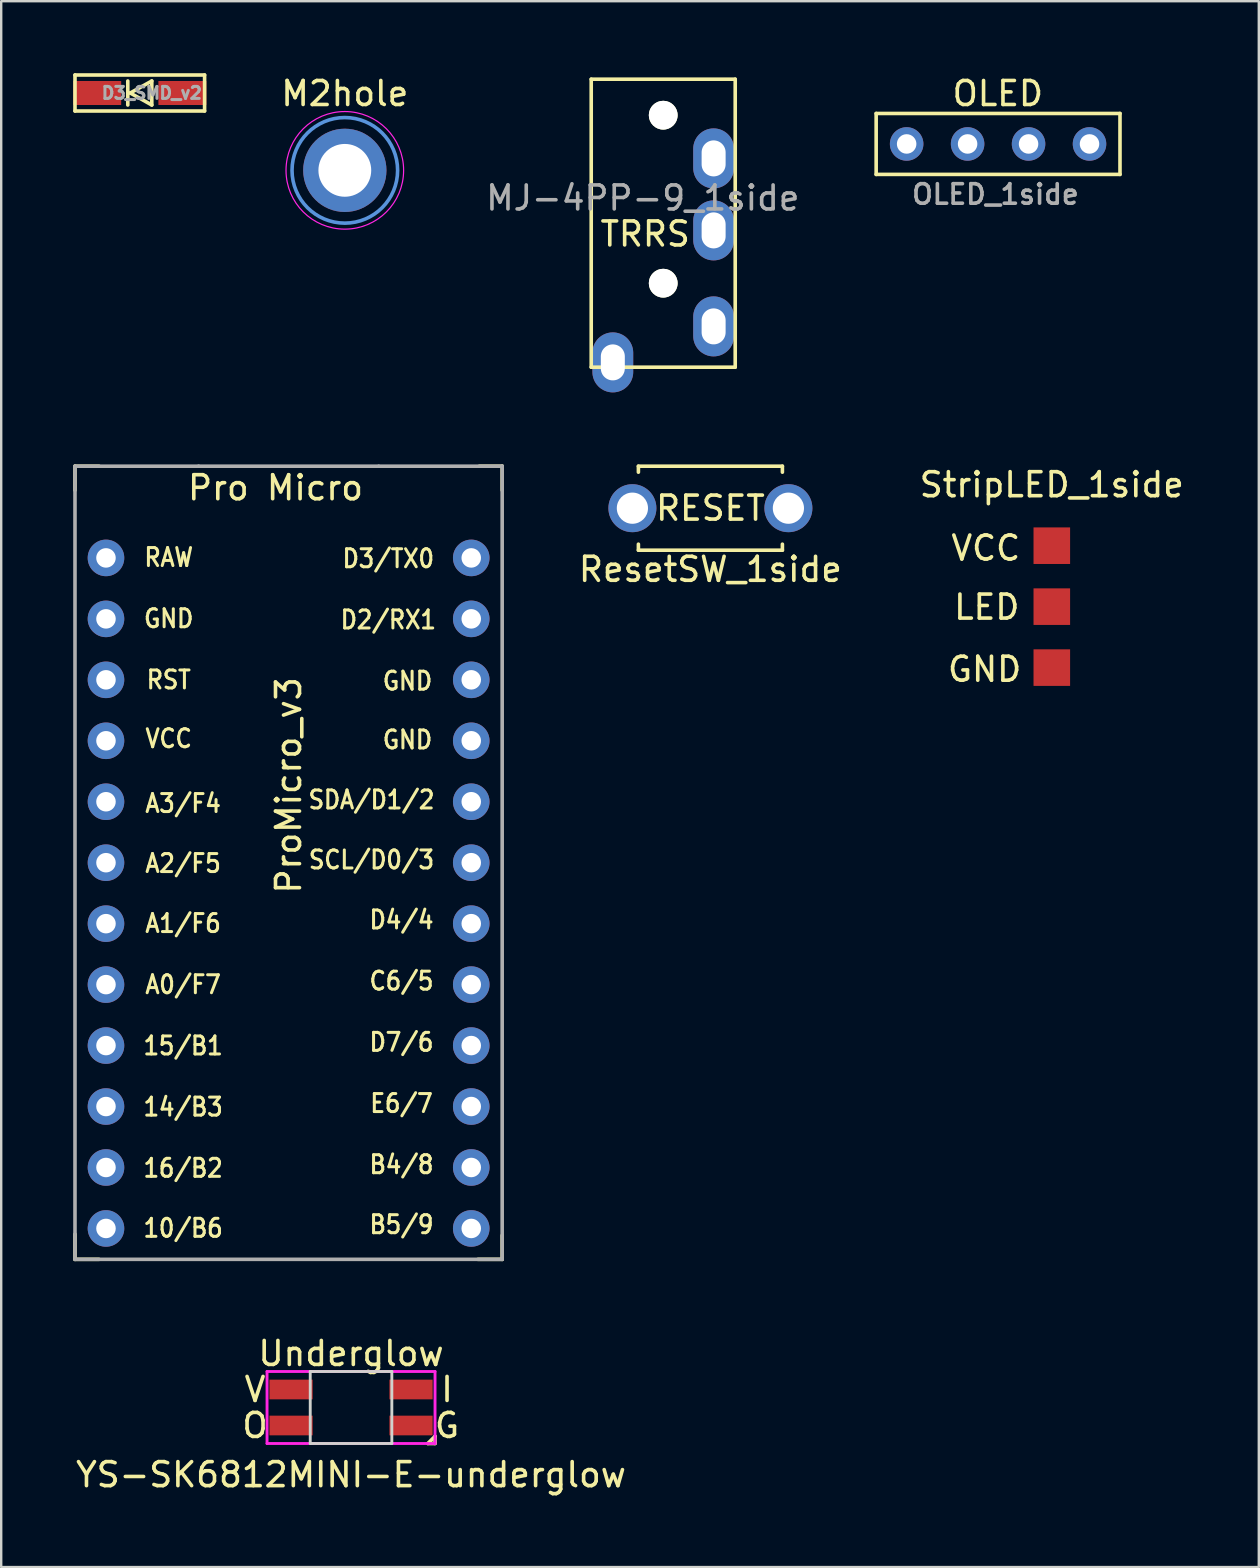
<source format=kicad_pcb>
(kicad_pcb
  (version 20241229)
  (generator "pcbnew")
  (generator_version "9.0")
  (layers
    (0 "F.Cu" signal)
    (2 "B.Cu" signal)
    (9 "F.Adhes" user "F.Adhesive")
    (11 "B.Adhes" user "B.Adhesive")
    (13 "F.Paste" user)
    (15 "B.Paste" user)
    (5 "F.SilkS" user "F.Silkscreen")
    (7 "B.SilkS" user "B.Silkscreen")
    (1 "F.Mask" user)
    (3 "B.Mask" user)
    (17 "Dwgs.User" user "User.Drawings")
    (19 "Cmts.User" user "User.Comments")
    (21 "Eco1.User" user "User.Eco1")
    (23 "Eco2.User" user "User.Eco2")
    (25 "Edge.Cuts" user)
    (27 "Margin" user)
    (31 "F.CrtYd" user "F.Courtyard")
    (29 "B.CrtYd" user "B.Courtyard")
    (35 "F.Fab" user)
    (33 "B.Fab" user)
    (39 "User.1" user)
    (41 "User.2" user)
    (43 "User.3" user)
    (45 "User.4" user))
  (footprint "OLED_1side"
    (layer "F.Cu")
    (at 34.728 2.948)
    (property "Reference" "OLED_1side" (at 3.7 2.1 180) (layer "F.Fab") (effects (font (size 0.813 0.813) (thickness 0.15))))
    (attr through_hole)
    (fp_line (start -1.27 -1.27) (end 8.89 -1.27) (stroke (width 0.15) (type solid)) (layer "F.SilkS"))
    (fp_line (start -1.27 1.27) (end -1.27 -1.27) (stroke (width 0.15) (type solid)) (layer "F.SilkS"))
    (fp_line (start -1.27 1.27) (end 8.89 1.27) (stroke (width 0.15) (type solid)) (layer "F.SilkS"))
    (fp_line (start 8.89 -1.27) (end 8.89 1.27) (stroke (width 0.15) (type solid)) (layer "F.SilkS"))
    (fp_text user "OLED" (at 3.8 -2.1 0) (unlocked yes) (layer "F.SilkS") (effects (font (size 1 1) (thickness 0.15))))
    (pad "1" thru_hole circle (at 0 0) (size 1.397 1.397) (drill 0.813) (layers "*.Cu" "*.Mask"))
    (pad "2" thru_hole circle (at 2.54 0) (size 1.397 1.397) (drill 0.813) (layers "*.Cu" "*.Mask"))
    (pad "3" thru_hole circle (at 5.08 0) (size 1.397 1.397) (drill 0.813) (layers "*.Cu" "*.Mask"))
    (pad "4" thru_hole circle (at 7.62 0) (size 1.397 1.397) (drill 0.813) (layers "*.Cu" "*.Mask")))
  (footprint "ResetSW_1side"
    (layer "F.Cu")
    (at 26.551 18.125)
    (property "Reference" "ResetSW_1side" (at 0 2.55 180) (layer "F.SilkS") (effects (font (size 1 1) (thickness 0.15))))
    (attr through_hole)
    (fp_line (start -3 -1.75) (end -3 -1.5) (stroke (width 0.15) (type solid)) (layer "F.SilkS"))
    (fp_line (start -3 -1.75) (end 3 -1.75) (stroke (width 0.15) (type solid)) (layer "F.SilkS"))
    (fp_line (start -3 1.75) (end -3 1.5) (stroke (width 0.15) (type solid)) (layer "F.SilkS"))
    (fp_line (start -3 1.75) (end 3 1.75) (stroke (width 0.15) (type solid)) (layer "F.SilkS"))
    (fp_line (start 3 -1.75) (end 3 -1.5) (stroke (width 0.15) (type solid)) (layer "F.SilkS"))
    (fp_line (start 3 1.75) (end 3 1.5) (stroke (width 0.15) (type solid)) (layer "F.SilkS"))
    (fp_text user "RESET" (at 0 0 0) (unlocked yes) (layer "F.SilkS") (effects (font (size 1 1) (thickness 0.15))))
    (pad "1" thru_hole circle (at 3.25 0) (size 2 2) (drill 1.3) (layers "*.Cu" "*.Mask"))
    (pad "2" thru_hole circle (at -3.25 0) (size 2 2) (drill 1.3) (layers "*.Cu" "*.Mask")))
  (footprint "StripLED_1side"
    (layer "F.Cu")
    (at 40.777 19.688)
    (property "Reference" "StripLED_1side" (at 0 -2.54 180) (layer "F.SilkS") (effects (font (size 1 1) (thickness 0.15))))
    (attr through_hole)
    (fp_text user "VCC" (at -2.75 0.1 0) (unlocked yes) (layer "F.SilkS") (effects (font (size 1 1) (thickness 0.15))))
    (fp_text user "LED" (at -2.71 2.56 0) (unlocked yes) (layer "F.SilkS") (effects (font (size 1 1) (thickness 0.15))))
    (fp_text user "GND" (at -2.8 5.15 0) (unlocked yes) (layer "F.SilkS") (effects (font (size 1 1) (thickness 0.15))))
    (pad "1" smd rect (at 0 0) (size 1.524 1.524) (layers "F.Cu" "F.Mask"))
    (pad "2" smd rect (at 0 2.54) (size 1.524 1.524) (layers "F.Cu" "F.Mask"))
    (pad "3" smd rect (at 0 5.08) (size 1.524 1.524) (layers "F.Cu" "F.Mask")))
  (footprint "MJ-4PP-9_1side"
    (layer "F.Cu")
    (at 24.585 0.25)
    (property "Reference" "MJ-4PP-9_1side" (at -0.85 4.95 180) (layer "F.Fab") (effects (font (size 1 1) (thickness 0.15))))
    (attr through_hole)
    (fp_line (start -3 0) (end 3 0) (stroke (width 0.15) (type solid)) (layer "F.SilkS"))
    (fp_line (start -3 12) (end -3 0) (stroke (width 0.15) (type solid)) (layer "F.SilkS"))
    (fp_line (start 3 0) (end 3 12) (stroke (width 0.15) (type solid)) (layer "F.SilkS"))
    (fp_line (start 3 12) (end -3 12) (stroke (width 0.15) (type solid)) (layer "F.SilkS"))
    (fp_text user "TRRS" (at -0.75 6.45 180) (layer "F.SilkS") (effects (font (size 1 1) (thickness 0.15))))
    (pad "" np_thru_hole circle (at 0 1.5) (size 1.2 1.2) (drill 1.2) (layers "*.Cu" "*.Mask" "F.SilkS"))
    (pad "" np_thru_hole circle (at 0 8.5) (size 1.2 1.2) (drill 1.2) (layers "*.Cu" "*.Mask" "F.SilkS"))
    (pad "A" thru_hole oval (at -2.1 11.8) (size 1.7 2.5) (drill oval 1 1.5) (layers "*.Cu" "*.Mask"))
    (pad "B" thru_hole oval (at 2.1 3.3) (size 1.7 2.5) (drill oval 1 1.5) (layers "*.Cu" "*.Mask"))
    (pad "C" thru_hole oval (at 2.1 6.3) (size 1.7 2.5) (drill oval 1 1.5) (layers "*.Cu" "*.Mask"))
    (pad "D" thru_hole oval (at 2.1 10.3) (size 1.7 2.5) (drill oval 1 1.5) (layers "*.Cu" "*.Mask")))
  (footprint "YS-SK6812MINI-E-underglow"
    (layer "F.Cu")
    (at 11.577 55.598)
    (property "Reference" "YS-SK6812MINI-E-underglow" (at 0 2.8 0) (layer "F.SilkS") (effects (font (size 1 1) (thickness 0.15))))
    (attr through_hole)
    (fp_line (start 3.2 1.5) (end 3.5 1.5) (stroke (width 0.15) (type solid)) (layer "F.SilkS"))
    (fp_line (start 3.5 1.2) (end 3.2 1.5) (stroke (width 0.15) (type solid)) (layer "F.SilkS"))
    (fp_line (start 3.5 1.5) (end 3.5 1.2) (stroke (width 0.15) (type solid)) (layer "F.SilkS"))
    (fp_line (start -1.7 -1.5) (end -1.7 1.5) (stroke (width 0.12) (type solid)) (layer "Edge.Cuts"))
    (fp_line (start -1.7 1.5) (end 1.7 1.5) (stroke (width 0.12) (type solid)) (layer "Edge.Cuts"))
    (fp_line (start 1.7 -1.5) (end -1.7 -1.5) (stroke (width 0.12) (type solid)) (layer "Edge.Cuts"))
    (fp_line (start 1.7 1.5) (end 1.7 -1.5) (stroke (width 0.12) (type solid)) (layer "Edge.Cuts"))
    (fp_line (start -3.5 -1.5) (end -3.5 1.5) (stroke (width 0.12) (type solid)) (layer "F.CrtYd"))
    (fp_line (start -3.5 1.5) (end 3.5 1.5) (stroke (width 0.12) (type solid)) (layer "F.CrtYd"))
    (fp_line (start 3.5 -1.5) (end -3.5 -1.5) (stroke (width 0.12) (type solid)) (layer "F.CrtYd"))
    (fp_line (start 3.5 1.5) (end 3.5 -1.5) (stroke (width 0.12) (type solid)) (layer "F.CrtYd"))
    (fp_text user "O" (at -4 0.75 0) (layer "F.SilkS") (effects (font (size 1 1) (thickness 0.15))))
    (fp_text user "Underglow" (at 0 -2.25 0) (layer "F.SilkS") (effects (font (size 1 1) (thickness 0.15))))
    (fp_text user "G" (at 4 0.75 0) (layer "F.SilkS") (effects (font (size 1 1) (thickness 0.15))))
    (fp_text user "I" (at 4 -0.75 0) (layer "F.SilkS") (effects (font (size 1 1) (thickness 0.15))))
    (fp_text user "V" (at -4 -0.75 0) (layer "F.SilkS") (effects (font (size 1 1) (thickness 0.15))))
    (pad "1" smd rect (at -2.5 -0.75) (size 1.8 0.82) (layers "F.Cu" "F.Mask" "F.Paste"))
    (pad "2" smd rect (at -2.5 0.75) (size 1.8 0.82) (layers "F.Cu" "F.Mask" "F.Paste"))
    (pad "3" smd rect (at 2.5 0.75) (size 1.8 0.82) (layers "F.Cu" "F.Mask" "F.Paste"))
    (pad "4" smd rect (at 2.5 -0.75) (size 1.8 0.82) (layers "F.Cu" "F.Mask" "F.Paste")))
  (footprint "M2hole"
    (layer "F.Cu")
    (at 11.318 4.048)
    (property "Reference" "M2hole" (at 0 -3.2 0) (layer "F.SilkS") (effects (font (size 1 1) (thickness 0.15))))
    (attr through_hole)
    (fp_circle (center 0 0) (end 2.2 0) (stroke (width 0.15) (type solid)) (fill no) (layer "Cmts.User"))
    (fp_circle (center 0 0) (end 2.45 0) (stroke (width 0.05) (type solid)) (fill no) (layer "F.CrtYd"))
    (pad "1" thru_hole circle (at 0 0) (size 3.47 3.47) (drill 2.2) (layers "*.Cu" "*.Mask")))
  (footprint "D3_SMD_v2"
    (layer "F.Cu")
    (at 2.775 0.825)
    (property "Reference" "D3_SMD_v2" (at 0.5 0 0) (layer "F.Fab") (effects (font (size 0.5 0.5) (thickness 0.125))))
    (attr through_hole)
    (fp_line (start -2.7 -0.75) (end -2.7 0.75) (stroke (width 0.15) (type solid)) (layer "F.SilkS"))
    (fp_line (start -2.7 0.75) (end 2.7 0.75) (stroke (width 0.15) (type solid)) (layer "F.SilkS"))
    (fp_line (start -0.5 -0.5) (end -0.5 0.5) (stroke (width 0.15) (type solid)) (layer "F.SilkS"))
    (fp_line (start -0.4 0) (end 0.5 -0.5) (stroke (width 0.15) (type solid)) (layer "F.SilkS"))
    (fp_line (start 0.5 -0.5) (end 0.5 0.5) (stroke (width 0.15) (type solid)) (layer "F.SilkS"))
    (fp_line (start 0.5 0.5) (end -0.4 0) (stroke (width 0.15) (type solid)) (layer "F.SilkS"))
    (fp_line (start 2.7 -0.75) (end -2.7 -0.75) (stroke (width 0.15) (type solid)) (layer "F.SilkS"))
    (fp_line (start 2.7 -0.75) (end 2.7 0.75) (stroke (width 0.15) (type solid)) (layer "F.SilkS"))
    (pad "1" smd rect (at -1.775 0) (size 2 1) (layers "F.Cu" "F.Mask" "F.Paste"))
    (pad "2" smd rect (at 1.775 0) (size 2 1) (layers "F.Cu" "F.Mask" "F.Paste")))
  (footprint "ProMicro_v3"
    (layer "F.Cu")
    (at 8.975 34.675)
    (property "Reference" "ProMicro_v3" (at 0 -5 270) (layer "F.SilkS") (effects (font (size 1 1) (thickness 0.15))))
    (attr through_hole)
    (fp_line (start -8.9 -18.3) (end -8.9 -17.3) (stroke (width 0.15) (type solid)) (layer "F.SilkS"))
    (fp_line (start -8.9 -18.3) (end -7.9 -18.3) (stroke (width 0.15) (type solid)) (layer "F.SilkS"))
    (fp_line (start -8.9 13.7) (end -8.9 14.75) (stroke (width 0.15) (type solid)) (layer "F.SilkS"))
    (fp_line (start -8.9 14.75) (end -7.9 14.75) (stroke (width 0.15) (type solid)) (layer "F.SilkS"))
    (fp_line (start 8.9 -18.3) (end 7.95 -18.3) (stroke (width 0.15) (type solid)) (layer "F.SilkS"))
    (fp_line (start 8.9 -18.3) (end 8.9 -17.3) (stroke (width 0.15) (type solid)) (layer "F.SilkS"))
    (fp_line (start 8.9 13.75) (end 8.9 14.75) (stroke (width 0.15) (type solid)) (layer "F.SilkS"))
    (fp_line (start 8.9 14.75) (end 7.89 14.75) (stroke (width 0.15) (type solid)) (layer "F.SilkS"))
    (fp_line (start -8.9 -18.3) (end -3.75 -18.3) (stroke (width 0.15) (type solid)) (layer "F.Fab"))
    (fp_line (start -8.9 14.75) (end -8.9 -18.3) (stroke (width 0.15) (type solid)) (layer "F.Fab"))
    (fp_line (start -3.75 -18.3) (end 3.75 -18.3) (stroke (width 0.15) (type solid)) (layer "F.Fab"))
    (fp_line (start 3.76 -18.3) (end 8.9 -18.3) (stroke (width 0.15) (type solid)) (layer "F.Fab"))
    (fp_line (start 8.9 -18.3) (end 8.9 14.75) (stroke (width 0.15) (type solid)) (layer "F.Fab"))
    (fp_line (start 8.9 14.75) (end -8.9 14.75) (stroke (width 0.15) (type solid)) (layer "F.Fab"))
    (fp_text user "SDA/D1/2" (at 3.455 -4.4 0) (unlocked yes) (layer "F.SilkS") (effects (font (size 0.75 0.67) (thickness 0.125))))
    (fp_text user "14/B3" (at -4.395 8.4 0) (unlocked yes) (layer "F.SilkS") (effects (font (size 0.75 0.67) (thickness 0.125))))
    (fp_text user "A2/F5" (at -4.395 -1.75 0) (unlocked yes) (layer "F.SilkS") (effects (font (size 0.75 0.67) (thickness 0.125))))
    (fp_text user "D4/4" (at 4.705 0.6 0) (unlocked yes) (layer "F.SilkS") (effects (font (size 0.75 0.67) (thickness 0.125))))
    (fp_text user "B5/9" (at 4.705 13.3 0) (unlocked yes) (layer "F.SilkS") (effects (font (size 0.75 0.67) (thickness 0.125))))
    (fp_text user "RAW" (at -4.995 -14.5 0) (unlocked yes) (layer "F.SilkS") (effects (font (size 0.75 0.67) (thickness 0.125))))
    (fp_text user "C6/5" (at 4.705 3.15 0) (unlocked yes) (layer "F.SilkS") (effects (font (size 0.75 0.67) (thickness 0.125))))
    (fp_text user "A3/F4" (at -4.395 -4.25 0) (unlocked yes) (layer "F.SilkS") (effects (font (size 0.75 0.67) (thickness 0.125))))
    (fp_text user "15/B1" (at -4.395 5.85 0) (unlocked yes) (layer "F.SilkS") (effects (font (size 0.75 0.67) (thickness 0.125))))
    (fp_text user "A0/F7" (at -4.395 3.3 0) (unlocked yes) (layer "F.SilkS") (effects (font (size 0.75 0.67) (thickness 0.125))))
    (fp_text user "GND" (at 4.955 -6.9 0) (unlocked yes) (layer "F.SilkS") (effects (font (size 0.75 0.67) (thickness 0.125))))
    (fp_text user "SCL/D0/3" (at 3.455 -1.9 0) (unlocked yes) (layer "F.SilkS") (effects (font (size 0.75 0.67) (thickness 0.125))))
    (fp_text user "10/B6" (at -4.395 13.45 0) (unlocked yes) (layer "F.SilkS") (effects (font (size 0.75 0.67) (thickness 0.125))))
    (fp_text user "E6/7" (at 4.705 8.25 0) (unlocked yes) (layer "F.SilkS") (effects (font (size 0.75 0.67) (thickness 0.125))))
    (fp_text user "D7/6" (at 4.705 5.7 0) (unlocked yes) (layer "F.SilkS") (effects (font (size 0.75 0.67) (thickness 0.125))))
    (fp_text user "VCC" (at -4.995 -6.95 0) (unlocked yes) (layer "F.SilkS") (effects (font (size 0.75 0.67) (thickness 0.125))))
    (fp_text user "RST" (at -4.995 -9.4 0) (unlocked yes) (layer "F.SilkS") (effects (font (size 0.75 0.67) (thickness 0.125))))
    (fp_text user "Pro Micro" (at -0.545 -17.4 0) (unlocked yes) (layer "F.SilkS") (effects (font (size 1 1) (thickness 0.15))))
    (fp_text user "GND" (at -4.995 -11.95 0) (unlocked yes) (layer "F.SilkS") (effects (font (size 0.75 0.67) (thickness 0.125))))
    (fp_text user "D3/TX0" (at 4.155 -14.45 0) (unlocked yes) (layer "F.SilkS") (effects (font (size 0.75 0.67) (thickness 0.125))))
    (fp_text user "D2/RX1" (at 4.155 -11.9 0) (unlocked yes) (layer "F.SilkS") (effects (font (size 0.75 0.67) (thickness 0.125))))
    (fp_text user "GND" (at 4.955 -9.35 0) (unlocked yes) (layer "F.SilkS") (effects (font (size 0.75 0.67) (thickness 0.125))))
    (fp_text user "A1/F6" (at -4.395 0.75 0) (unlocked yes) (layer "F.SilkS") (effects (font (size 0.75 0.67) (thickness 0.125))))
    (fp_text user "16/B2" (at -4.395 10.95 0) (unlocked yes) (layer "F.SilkS") (effects (font (size 0.75 0.67) (thickness 0.125))))
    (fp_text user "B4/8" (at 4.705 10.8 0) (unlocked yes) (layer "F.SilkS") (effects (font (size 0.75 0.67) (thickness 0.125))))
    (pad "1" thru_hole circle (at 7.611 -14.478) (size 1.524 1.524) (drill 0.813) (layers "*.Cu" "*.Mask"))
    (pad "2" thru_hole circle (at 7.611 -11.938) (size 1.524 1.524) (drill 0.813) (layers "*.Cu" "*.Mask"))
    (pad "3" thru_hole circle (at 7.611 -9.398) (size 1.524 1.524) (drill 0.813) (layers "*.Cu" "*.Mask"))
    (pad "4" thru_hole circle (at 7.611 -6.858) (size 1.524 1.524) (drill 0.813) (layers "*.Cu" "*.Mask"))
    (pad "5" thru_hole circle (at 7.611 -4.318) (size 1.524 1.524) (drill 0.813) (layers "*.Cu" "*.Mask"))
    (pad "6" thru_hole circle (at 7.611 -1.778) (size 1.524 1.524) (drill 0.813) (layers "*.Cu" "*.Mask"))
    (pad "7" thru_hole circle (at 7.611 0.762) (size 1.524 1.524) (drill 0.813) (layers "*.Cu" "*.Mask"))
    (pad "8" thru_hole circle (at 7.611 3.302) (size 1.524 1.524) (drill 0.813) (layers "*.Cu" "*.Mask"))
    (pad "9" thru_hole circle (at 7.611 5.842) (size 1.524 1.524) (drill 0.813) (layers "*.Cu" "*.Mask"))
    (pad "10" thru_hole circle (at 7.611 8.382) (size 1.524 1.524) (drill 0.813) (layers "*.Cu" "*.Mask"))
    (pad "11" thru_hole circle (at 7.611 10.922) (size 1.524 1.524) (drill 0.813) (layers "*.Cu" "*.Mask"))
    (pad "12" thru_hole circle (at 7.611 13.462) (size 1.524 1.524) (drill 0.813) (layers "*.Cu" "*.Mask"))
    (pad "13" thru_hole circle (at -7.609 13.462) (size 1.524 1.524) (drill 0.813) (layers "*.Cu" "*.Mask"))
    (pad "14" thru_hole circle (at -7.609 10.922) (size 1.524 1.524) (drill 0.813) (layers "*.Cu" "*.Mask"))
    (pad "15" thru_hole circle (at -7.609 8.382) (size 1.524 1.524) (drill 0.813) (layers "*.Cu" "*.Mask"))
    (pad "16" thru_hole circle (at -7.609 5.842) (size 1.524 1.524) (drill 0.813) (layers "*.Cu" "*.Mask"))
    (pad "17" thru_hole circle (at -7.609 3.302) (size 1.524 1.524) (drill 0.813) (layers "*.Cu" "*.Mask"))
    (pad "18" thru_hole circle (at -7.609 0.762) (size 1.524 1.524) (drill 0.813) (layers "*.Cu" "*.Mask"))
    (pad "19" thru_hole circle (at -7.609 -1.778) (size 1.524 1.524) (drill 0.813) (layers "*.Cu" "*.Mask"))
    (pad "20" thru_hole circle (at -7.609 -4.318) (size 1.524 1.524) (drill 0.813) (layers "*.Cu" "*.Mask"))
    (pad "21" thru_hole circle (at -7.609 -6.858) (size 1.524 1.524) (drill 0.813) (layers "*.Cu" "*.Mask"))
    (pad "22" thru_hole circle (at -7.609 -9.398) (size 1.524 1.524) (drill 0.813) (layers "*.Cu" "*.Mask"))
    (pad "23" thru_hole circle (at -7.609 -11.938) (size 1.524 1.524) (drill 0.813) (layers "*.Cu" "*.Mask"))
    (pad "24" thru_hole circle (at -7.609 -14.478) (size 1.524 1.524) (drill 0.813) (layers "*.Cu" "*.Mask")))
  (gr_rect
    (start -3 -3)
    (end 49.402 62.246)
    (stroke (width 0.1) (type default))
    (fill no)
    (layer "Edge.Cuts")))
</source>
